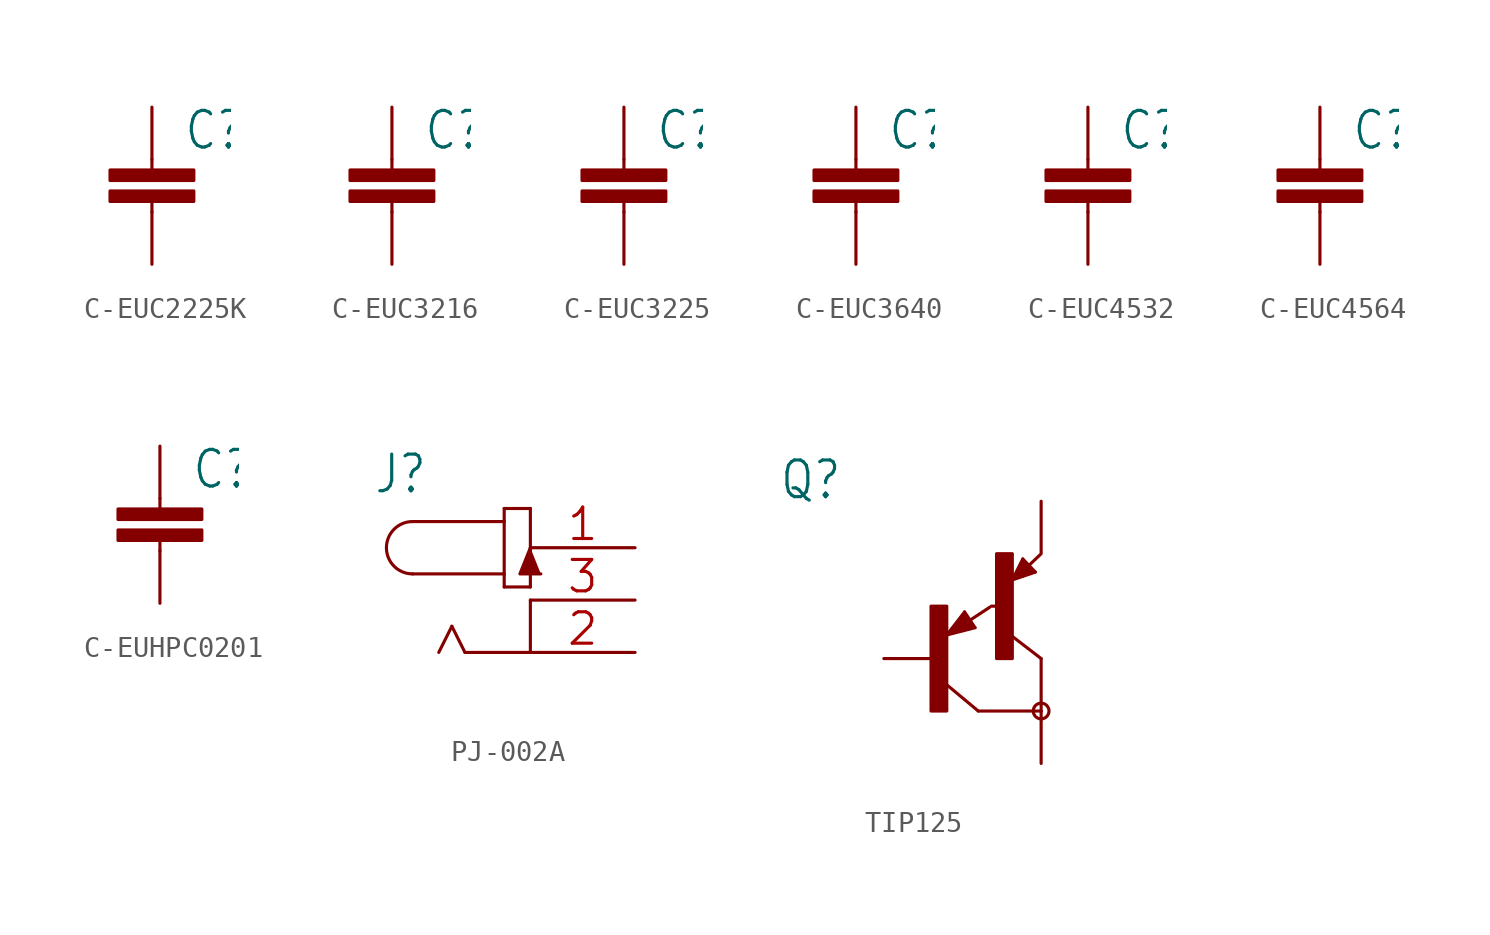
<source format=kicad_sym>
(kicad_symbol_lib
  (version 20241209)
  (generator "kicad_symbol_editor")
  (generator_version "9.0")
  (symbol "C-EUC2225K"
    (property "Reference" "C"
      (at 1.524 0.381 0)
      (effects (font (size 1.778 1.511)) (justify left bottom)))
    (property "Value" ""
      (at 1.524 -4.699 0)
      (effects (font (size 1.778 1.511)) (justify left bottom)))
    (property "ki_locked" ""
      (at 0 0 0)
      (effects (font (size 1.27 1.27))))
    (symbol "C-EUC2225K_1_0"
      (rectangle (start -2.032 -1.016) (end 2.032 -0.508) (stroke (width 0) (type default)) (fill (type outline)))
      (rectangle (start -2.032 -2.032) (end 2.032 -1.524) (stroke (width 0) (type default)) (fill (type outline)))
      (polyline (pts (xy 0 0) (xy 0 -0.508)) (stroke (width 0.152) (type solid)) (fill (type none)))
      (polyline (pts (xy 0 -2.54) (xy 0 -2.032)) (stroke (width 0.152) (type solid)) (fill (type none)))
      (pin passive line (at 0 2.54 270) (length 2.54) (name "1" (effects (font (size 0 0)))) (number "1" (effects (font (size 0 0)))))
      (pin passive line (at 0 -5.08 90) (length 2.54) (name "2" (effects (font (size 0 0)))) (number "2" (effects (font (size 0 0)))))))
  (symbol "C-EUC3216"
    (property "Reference" "C"
      (at 1.524 0.381 0)
      (effects (font (size 1.778 1.511)) (justify left bottom)))
    (property "Value" ""
      (at 1.524 -4.699 0)
      (effects (font (size 1.778 1.511)) (justify left bottom)))
    (property "ki_locked" ""
      (at 0 0 0)
      (effects (font (size 1.27 1.27))))
    (symbol "C-EUC3216_1_0"
      (rectangle (start -2.032 -1.016) (end 2.032 -0.508) (stroke (width 0) (type default)) (fill (type outline)))
      (rectangle (start -2.032 -2.032) (end 2.032 -1.524) (stroke (width 0) (type default)) (fill (type outline)))
      (polyline (pts (xy 0 0) (xy 0 -0.508)) (stroke (width 0.152) (type solid)) (fill (type none)))
      (polyline (pts (xy 0 -2.54) (xy 0 -2.032)) (stroke (width 0.152) (type solid)) (fill (type none)))
      (pin passive line (at 0 2.54 270) (length 2.54) (name "1" (effects (font (size 0 0)))) (number "1" (effects (font (size 0 0)))))
      (pin passive line (at 0 -5.08 90) (length 2.54) (name "2" (effects (font (size 0 0)))) (number "2" (effects (font (size 0 0)))))))
  (symbol "C-EUC3225"
    (property "Reference" "C"
      (at 1.524 0.381 0)
      (effects (font (size 1.778 1.511)) (justify left bottom)))
    (property "Value" ""
      (at 1.524 -4.699 0)
      (effects (font (size 1.778 1.511)) (justify left bottom)))
    (property "ki_locked" ""
      (at 0 0 0)
      (effects (font (size 1.27 1.27))))
    (symbol "C-EUC3225_1_0"
      (rectangle (start -2.032 -1.016) (end 2.032 -0.508) (stroke (width 0) (type default)) (fill (type outline)))
      (rectangle (start -2.032 -2.032) (end 2.032 -1.524) (stroke (width 0) (type default)) (fill (type outline)))
      (polyline (pts (xy 0 0) (xy 0 -0.508)) (stroke (width 0.152) (type solid)) (fill (type none)))
      (polyline (pts (xy 0 -2.54) (xy 0 -2.032)) (stroke (width 0.152) (type solid)) (fill (type none)))
      (pin passive line (at 0 2.54 270) (length 2.54) (name "1" (effects (font (size 0 0)))) (number "1" (effects (font (size 0 0)))))
      (pin passive line (at 0 -5.08 90) (length 2.54) (name "2" (effects (font (size 0 0)))) (number "2" (effects (font (size 0 0)))))))
  (symbol "C-EUC3640"
    (property "Reference" "C"
      (at 1.524 0.381 0)
      (effects (font (size 1.778 1.511)) (justify left bottom)))
    (property "Value" ""
      (at 1.524 -4.699 0)
      (effects (font (size 1.778 1.511)) (justify left bottom)))
    (property "ki_locked" ""
      (at 0 0 0)
      (effects (font (size 1.27 1.27))))
    (symbol "C-EUC3640_1_0"
      (rectangle (start -2.032 -1.016) (end 2.032 -0.508) (stroke (width 0) (type default)) (fill (type outline)))
      (rectangle (start -2.032 -2.032) (end 2.032 -1.524) (stroke (width 0) (type default)) (fill (type outline)))
      (polyline (pts (xy 0 0) (xy 0 -0.508)) (stroke (width 0.152) (type solid)) (fill (type none)))
      (polyline (pts (xy 0 -2.54) (xy 0 -2.032)) (stroke (width 0.152) (type solid)) (fill (type none)))
      (pin passive line (at 0 2.54 270) (length 2.54) (name "1" (effects (font (size 0 0)))) (number "1" (effects (font (size 0 0)))))
      (pin passive line (at 0 -5.08 90) (length 2.54) (name "2" (effects (font (size 0 0)))) (number "2" (effects (font (size 0 0)))))))
  (symbol "C-EUC4532"
    (property "Reference" "C"
      (at 1.524 0.381 0)
      (effects (font (size 1.778 1.511)) (justify left bottom)))
    (property "Value" ""
      (at 1.524 -4.699 0)
      (effects (font (size 1.778 1.511)) (justify left bottom)))
    (property "ki_locked" ""
      (at 0 0 0)
      (effects (font (size 1.27 1.27))))
    (symbol "C-EUC4532_1_0"
      (rectangle (start -2.032 -1.016) (end 2.032 -0.508) (stroke (width 0) (type default)) (fill (type outline)))
      (rectangle (start -2.032 -2.032) (end 2.032 -1.524) (stroke (width 0) (type default)) (fill (type outline)))
      (polyline (pts (xy 0 0) (xy 0 -0.508)) (stroke (width 0.152) (type solid)) (fill (type none)))
      (polyline (pts (xy 0 -2.54) (xy 0 -2.032)) (stroke (width 0.152) (type solid)) (fill (type none)))
      (pin passive line (at 0 2.54 270) (length 2.54) (name "1" (effects (font (size 0 0)))) (number "1" (effects (font (size 0 0)))))
      (pin passive line (at 0 -5.08 90) (length 2.54) (name "2" (effects (font (size 0 0)))) (number "2" (effects (font (size 0 0)))))))
  (symbol "C-EUC4564"
    (property "Reference" "C"
      (at 1.524 0.381 0)
      (effects (font (size 1.778 1.511)) (justify left bottom)))
    (property "Value" ""
      (at 1.524 -4.699 0)
      (effects (font (size 1.778 1.511)) (justify left bottom)))
    (property "ki_locked" ""
      (at 0 0 0)
      (effects (font (size 1.27 1.27))))
    (symbol "C-EUC4564_1_0"
      (rectangle (start -2.032 -1.016) (end 2.032 -0.508) (stroke (width 0) (type default)) (fill (type outline)))
      (rectangle (start -2.032 -2.032) (end 2.032 -1.524) (stroke (width 0) (type default)) (fill (type outline)))
      (polyline (pts (xy 0 0) (xy 0 -0.508)) (stroke (width 0.152) (type solid)) (fill (type none)))
      (polyline (pts (xy 0 -2.54) (xy 0 -2.032)) (stroke (width 0.152) (type solid)) (fill (type none)))
      (pin passive line (at 0 2.54 270) (length 2.54) (name "1" (effects (font (size 0 0)))) (number "1" (effects (font (size 0 0)))))
      (pin passive line (at 0 -5.08 90) (length 2.54) (name "2" (effects (font (size 0 0)))) (number "2" (effects (font (size 0 0)))))))
  (symbol "C-EUHPC0201"
    (property "Reference" "C"
      (at 1.524 0.381 0)
      (effects (font (size 1.778 1.511)) (justify left bottom)))
    (property "Value" ""
      (at 1.524 -4.699 0)
      (effects (font (size 1.778 1.511)) (justify left bottom)))
    (property "ki_locked" ""
      (at 0 0 0)
      (effects (font (size 1.27 1.27))))
    (symbol "C-EUHPC0201_1_0"
      (rectangle (start -2.032 -1.016) (end 2.032 -0.508) (stroke (width 0) (type default)) (fill (type outline)))
      (rectangle (start -2.032 -2.032) (end 2.032 -1.524) (stroke (width 0) (type default)) (fill (type outline)))
      (polyline (pts (xy 0 0) (xy 0 -0.508)) (stroke (width 0.152) (type solid)) (fill (type none)))
      (polyline (pts (xy 0 -2.54) (xy 0 -2.032)) (stroke (width 0.152) (type solid)) (fill (type none)))
      (pin passive line (at 0 2.54 270) (length 2.54) (name "1" (effects (font (size 0 0)))) (number "1" (effects (font (size 0 0)))))
      (pin passive line (at 0 -5.08 90) (length 2.54) (name "2" (effects (font (size 0 0)))) (number "2" (effects (font (size 0 0)))))))
  (symbol "PJ-002A"
    (property "Reference" "J"
      (at -7.621 5.081 0)
      (effects (font (size 1.778 1.511)) (justify left bottom)))
    (property "Value" ""
      (at -7.632 -5.088 0)
      (effects (font (size 1.781 1.514)) (justify left bottom)))
    (property "ki_locked" ""
      (at 0 0 0)
      (effects (font (size 1.27 1.27))))
    (symbol "PJ-002A_1_0"
      (polyline (pts (xy -5.715 3.81) (xy -1.27 3.81)) (stroke (width 0.152) (type solid)) (fill (type none)))
      (arc (start -5.715 1.27) (mid -6.985 2.54) (end -5.715 3.81) (stroke (width 0.1524) (type solid)) (fill (type none)))
      (polyline (pts (xy -3.81 -1.27) (xy -4.445 -2.54)) (stroke (width 0.152) (type solid)) (fill (type none)))
      (polyline (pts (xy -3.175 -2.54) (xy -3.81 -1.27)) (stroke (width 0.152) (type solid)) (fill (type none)))
      (polyline (pts (xy -1.27 4.445) (xy -1.27 3.81)) (stroke (width 0.152) (type solid)) (fill (type none)))
      (polyline (pts (xy -1.27 3.81) (xy -1.27 1.27)) (stroke (width 0.152) (type solid)) (fill (type none)))
      (polyline (pts (xy -1.27 1.27) (xy -5.715 1.27)) (stroke (width 0.152) (type solid)) (fill (type none)))
      (polyline (pts (xy -1.27 1.27) (xy -1.27 0.635)) (stroke (width 0.152) (type solid)) (fill (type none)))
      (polyline (pts (xy -1.27 0.635) (xy 0 0.635)) (stroke (width 0.152) (type solid)) (fill (type none)))
      (polyline (pts (xy 0 4.445) (xy -1.27 4.445)) (stroke (width 0.152) (type solid)) (fill (type none)))
      (polyline (pts (xy 0 2.54) (xy -0.508 1.27) (xy 0.508 1.27)) (stroke (width 0.152) (type solid)) (fill (type outline)))
      (polyline (pts (xy 0 0.635) (xy 0 4.445)) (stroke (width 0.152) (type solid)) (fill (type none)))
      (polyline (pts (xy 0 0) (xy 0 -2.54)) (stroke (width 0.152) (type solid)) (fill (type none)))
      (polyline (pts (xy 0 -2.54) (xy -3.175 -2.54)) (stroke (width 0.152) (type solid)) (fill (type none)))
      (pin passive line (at 5.08 2.54 180) (length 5.08) (name "1" (effects (font (size 0 0)))) (number "1" (effects (font (size 1.524 1.524)))))
      (pin passive line (at 5.08 0 180) (length 5.08) (name "3" (effects (font (size 0 0)))) (number "3" (effects (font (size 1.524 1.524)))))
      (pin passive line (at 5.08 -2.54 180) (length 5.08) (name "2" (effects (font (size 0 0)))) (number "2" (effects (font (size 1.524 1.524)))))))
  (symbol "TIP125"
    (property "Reference" "Q"
      (at -7.62 7.62 0)
      (effects (font (size 1.778 1.511)) (justify left bottom)))
    (property "Value" ""
      (at -7.62 5.08 0)
      (effects (font (size 1.778 1.511)) (justify left bottom)))
    (property "ki_locked" ""
      (at 0 0 0)
      (effects (font (size 1.27 1.27))))
    (symbol "TIP125_1_0"
      (rectangle (start -0.254 -2.54) (end 0.508 2.54) (stroke (width 0) (type default)) (fill (type outline)))
      (polyline (pts (xy 0.508 1.143) (xy 1.878 1.497)) (stroke (width 0.152) (type solid)) (fill (type none)))
      (polyline (pts (xy 0.635 1.27) (xy 1.397 2.159)) (stroke (width 0.127) (type solid)) (fill (type none)))
      (polyline (pts (xy 0.762 1.27) (xy 1.397 2.032)) (stroke (width 0.127) (type solid)) (fill (type none)))
      (polyline (pts (xy 0.889 1.397) (xy 1.397 1.905)) (stroke (width 0.254) (type solid)) (fill (type none)))
      (polyline (pts (xy 1.37 2.259) (xy 0.508 1.143)) (stroke (width 0.152) (type solid)) (fill (type none)))
      (polyline (pts (xy 1.397 2.159) (xy 1.778 1.524)) (stroke (width 0.127) (type solid)) (fill (type none)))
      (polyline (pts (xy 1.397 2.032) (xy 1.651 1.651)) (stroke (width 0.127) (type solid)) (fill (type none)))
      (polyline (pts (xy 1.397 1.905) (xy 1.397 1.778)) (stroke (width 0.254) (type solid)) (fill (type none)))
      (polyline (pts (xy 1.608 1.843) (xy 2.586 2.486)) (stroke (width 0.152) (type solid)) (fill (type none)))
      (polyline (pts (xy 1.651 1.651) (xy 0.889 1.397)) (stroke (width 0.254) (type solid)) (fill (type none)))
      (polyline (pts (xy 1.778 1.524) (xy 0.762 1.27)) (stroke (width 0.127) (type solid)) (fill (type none)))
      (polyline (pts (xy 1.878 1.497) (xy 1.37 2.259)) (stroke (width 0.152) (type solid)) (fill (type none)))
      (polyline (pts (xy 2.032 -2.54) (xy 0.508 -1.27)) (stroke (width 0.152) (type solid)) (fill (type none)))
      (polyline (pts (xy 2.667 2.54) (xy 2.921 2.54)) (stroke (width 0.152) (type solid)) (fill (type none)))
      (rectangle (start 2.921 0) (end 3.683 5.08) (stroke (width 0) (type default)) (fill (type outline)))
      (polyline (pts (xy 3.683 3.81) (xy 4.799 4.191)) (stroke (width 0.152) (type solid)) (fill (type none)))
      (polyline (pts (xy 3.81 3.937) (xy 4.191 4.699)) (stroke (width 0.127) (type solid)) (fill (type none)))
      (polyline (pts (xy 3.937 3.937) (xy 4.191 4.572)) (stroke (width 0.127) (type solid)) (fill (type none)))
      (polyline (pts (xy 4.064 4.064) (xy 4.191 4.318)) (stroke (width 0.254) (type solid)) (fill (type none)))
      (polyline (pts (xy 4.191 4.826) (xy 3.683 3.81)) (stroke (width 0.152) (type solid)) (fill (type none)))
      (polyline (pts (xy 4.191 4.699) (xy 4.699 4.191)) (stroke (width 0.127) (type solid)) (fill (type none)))
      (polyline (pts (xy 4.191 4.572) (xy 4.572 4.191)) (stroke (width 0.254) (type solid)) (fill (type none)))
      (polyline (pts (xy 4.191 4.318) (xy 4.318 4.318)) (stroke (width 0.254) (type solid)) (fill (type none)))
      (polyline (pts (xy 4.483 4.51) (xy 5.026 5.026)) (stroke (width 0.152) (type solid)) (fill (type none)))
      (polyline (pts (xy 4.572 4.191) (xy 4.064 4.064)) (stroke (width 0.254) (type solid)) (fill (type none)))
      (polyline (pts (xy 4.699 4.191) (xy 3.937 3.937)) (stroke (width 0.127) (type solid)) (fill (type none)))
      (polyline (pts (xy 4.799 4.191) (xy 4.191 4.826)) (stroke (width 0.152) (type solid)) (fill (type none)))
      (polyline (pts (xy 5.08 0) (xy 3.429 1.27)) (stroke (width 0.152) (type solid)) (fill (type none)))
      (polyline (pts (xy 5.08 -2.54) (xy 2.032 -2.54)) (stroke (width 0.152) (type solid)) (fill (type none)))
      (polyline (pts (xy 5.08 -2.54) (xy 5.08 0)) (stroke (width 0.152) (type solid)) (fill (type none)))
      (circle (center 5.08 -2.54) (radius 0.381) (stroke (width 0) (type solid)) (fill (type none)))
      (pin passive line (at -2.54 0 0) (length 2.54) (name "B" (effects (font (size 0 0)))) (number "1" (effects (font (size 0 0)))))
      (pin passive line (at 5.08 7.62 270) (length 2.54) (name "E" (effects (font (size 0 0)))) (number "3" (effects (font (size 0 0)))))
      (pin passive line (at 5.08 -5.08 90) (length 2.54) (name "C" (effects (font (size 0 0)))) (number "2" (effects (font (size 0 0))))))))
</source>
